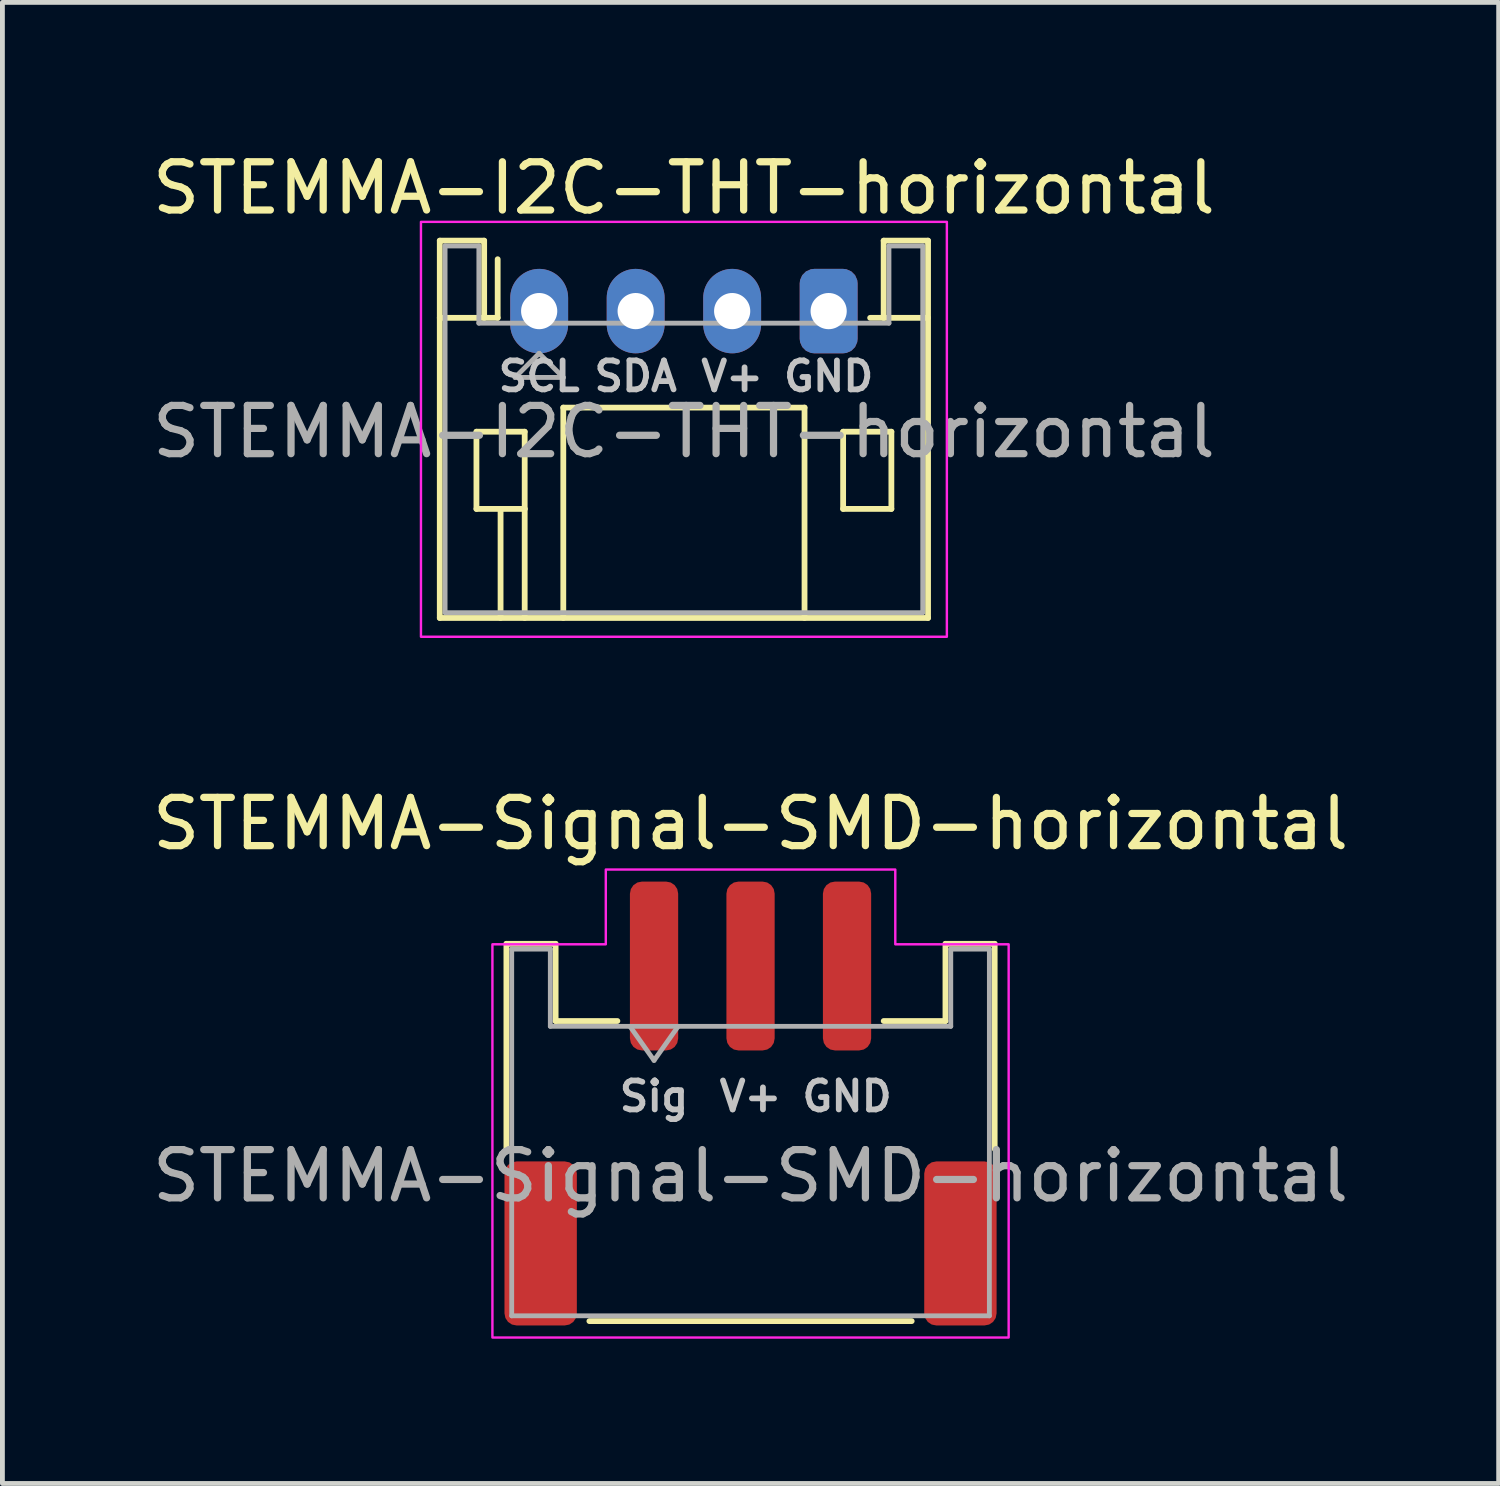
<source format=kicad_pcb>
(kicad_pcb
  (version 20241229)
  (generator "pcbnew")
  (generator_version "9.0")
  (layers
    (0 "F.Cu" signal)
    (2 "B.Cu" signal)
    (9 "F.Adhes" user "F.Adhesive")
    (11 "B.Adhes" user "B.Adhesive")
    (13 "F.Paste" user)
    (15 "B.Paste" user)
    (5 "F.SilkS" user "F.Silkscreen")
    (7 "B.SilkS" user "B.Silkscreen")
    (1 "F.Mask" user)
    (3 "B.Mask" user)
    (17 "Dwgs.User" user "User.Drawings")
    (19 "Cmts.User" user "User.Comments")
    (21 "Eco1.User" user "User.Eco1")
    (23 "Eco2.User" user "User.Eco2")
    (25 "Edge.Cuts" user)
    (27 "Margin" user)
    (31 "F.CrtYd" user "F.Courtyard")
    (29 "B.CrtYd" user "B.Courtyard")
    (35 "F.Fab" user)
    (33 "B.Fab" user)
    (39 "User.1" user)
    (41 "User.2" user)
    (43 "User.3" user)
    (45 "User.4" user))
  (footprint "STEMMA-I2C-THT-horizontal"
    (layer "F.Cu")
    (at 8.125 3.398)
    (property "Reference" "STEMMA-I2C-THT-horizontal" (at 3 -2.55 0) (layer "F.SilkS") (effects (font (size 1 1) (thickness 0.15))))
    (attr through_hole)
    (fp_line (start -2.06 -1.46) (end -2.06 6.36) (stroke (width 0.12) (type solid)) (layer "F.SilkS"))
    (fp_line (start -2.06 0.14) (end -1.14 0.14) (stroke (width 0.12) (type solid)) (layer "F.SilkS"))
    (fp_line (start -2.06 6.36) (end 8.06 6.36) (stroke (width 0.12) (type solid)) (layer "F.SilkS"))
    (fp_line (start -1.3 2.5) (end -1.3 4.1) (stroke (width 0.12) (type solid)) (layer "F.SilkS"))
    (fp_line (start -1.3 4.1) (end -0.3 4.1) (stroke (width 0.12) (type solid)) (layer "F.SilkS"))
    (fp_line (start -1.14 -1.46) (end -2.06 -1.46) (stroke (width 0.12) (type solid)) (layer "F.SilkS"))
    (fp_line (start -1.14 0.14) (end -1.14 -1.46) (stroke (width 0.12) (type solid)) (layer "F.SilkS"))
    (fp_line (start -0.86 0.14) (end -1.14 0.14) (stroke (width 0.12) (type solid)) (layer "F.SilkS"))
    (fp_line (start -0.86 0.14) (end -0.86 -1.075) (stroke (width 0.12) (type solid)) (layer "F.SilkS"))
    (fp_line (start -0.8 4.1) (end -0.8 6.36) (stroke (width 0.12) (type solid)) (layer "F.SilkS"))
    (fp_line (start -0.3 2.5) (end -1.3 2.5) (stroke (width 0.12) (type solid)) (layer "F.SilkS"))
    (fp_line (start -0.3 4.1) (end -0.3 2.5) (stroke (width 0.12) (type solid)) (layer "F.SilkS"))
    (fp_line (start -0.3 4.1) (end -0.3 6.36) (stroke (width 0.12) (type solid)) (layer "F.SilkS"))
    (fp_line (start 0.5 2) (end 5.5 2) (stroke (width 0.12) (type solid)) (layer "F.SilkS"))
    (fp_line (start 0.5 6.36) (end 0.5 2) (stroke (width 0.12) (type solid)) (layer "F.SilkS"))
    (fp_line (start 5.5 2) (end 5.5 6.36) (stroke (width 0.12) (type solid)) (layer "F.SilkS"))
    (fp_line (start 6.3 2.5) (end 7.3 2.5) (stroke (width 0.12) (type solid)) (layer "F.SilkS"))
    (fp_line (start 6.3 4.1) (end 6.3 2.5) (stroke (width 0.12) (type solid)) (layer "F.SilkS"))
    (fp_line (start 7.14 -1.46) (end 7.14 0.14) (stroke (width 0.12) (type solid)) (layer "F.SilkS"))
    (fp_line (start 7.14 0.14) (end 6.86 0.14) (stroke (width 0.12) (type solid)) (layer "F.SilkS"))
    (fp_line (start 7.3 2.5) (end 7.3 4.1) (stroke (width 0.12) (type solid)) (layer "F.SilkS"))
    (fp_line (start 7.3 4.1) (end 6.3 4.1) (stroke (width 0.12) (type solid)) (layer "F.SilkS"))
    (fp_line (start 8.06 -1.46) (end 7.14 -1.46) (stroke (width 0.12) (type solid)) (layer "F.SilkS"))
    (fp_line (start 8.06 0.14) (end 7.14 0.14) (stroke (width 0.12) (type solid)) (layer "F.SilkS"))
    (fp_line (start 8.06 6.36) (end 8.06 -1.46) (stroke (width 0.12) (type solid)) (layer "F.SilkS"))
    (fp_poly (pts (xy -2.45 6.75) (xy -2.45 -1.85) (xy 8.45 -1.85) (xy 8.45 6.75)) (stroke (width 0.05) (type solid)) (fill no) (layer "F.CrtYd"))
    (fp_line (start -1.95 -1.35) (end -1.95 6.25) (stroke (width 0.1) (type solid)) (layer "F.Fab"))
    (fp_line (start -1.95 6.25) (end 7.95 6.25) (stroke (width 0.1) (type solid)) (layer "F.Fab"))
    (fp_line (start -1.25 -1.35) (end -1.95 -1.35) (stroke (width 0.1) (type solid)) (layer "F.Fab"))
    (fp_line (start -1.25 0.25) (end -1.25 -1.35) (stroke (width 0.1) (type solid)) (layer "F.Fab"))
    (fp_line (start -0.5 1.375) (end 0.5 1.375) (stroke (width 0.1) (type solid)) (layer "F.Fab"))
    (fp_line (start 0 0.875) (end -0.5 1.375) (stroke (width 0.1) (type solid)) (layer "F.Fab"))
    (fp_line (start 0.5 1.375) (end 0 0.875) (stroke (width 0.1) (type solid)) (layer "F.Fab"))
    (fp_line (start 7.25 -1.35) (end 7.25 0.25) (stroke (width 0.1) (type solid)) (layer "F.Fab"))
    (fp_line (start 7.25 0.25) (end -1.25 0.25) (stroke (width 0.1) (type solid)) (layer "F.Fab"))
    (fp_line (start 7.95 -1.35) (end 7.25 -1.35) (stroke (width 0.1) (type solid)) (layer "F.Fab"))
    (fp_line (start 7.95 6.25) (end 7.95 -1.35) (stroke (width 0.1) (type solid)) (layer "F.Fab"))
    (fp_text user "GND" (at 6 1 0) (unlocked yes) (layer "Dwgs.User") (effects (font (size 0.6 0.6) (thickness 0.12) (bold yes)) (justify top)))
    (fp_text user "V+" (at 4 1 0) (unlocked yes) (layer "Dwgs.User") (effects (font (size 0.6 0.6) (thickness 0.12) (bold yes)) (justify top)))
    (fp_text user "SDA" (at 2 1 0) (unlocked yes) (layer "Dwgs.User") (effects (font (size 0.6 0.6) (thickness 0.12) (bold yes)) (justify top)))
    (fp_text user "SCL" (at 0 1 0) (unlocked yes) (layer "Dwgs.User") (effects (font (size 0.6 0.6) (thickness 0.12) (bold yes)) (justify top)))
    (fp_text user "${REFERENCE}" (at 3 2.5 0) (layer "F.Fab") (effects (font (size 1 1) (thickness 0.15))))
    (pad "1" thru_hole oval (at 0 0) (size 1.2 1.75) (drill 0.75) (layers "*.Cu" "*.Mask"))
    (pad "2" thru_hole oval (at 2 0) (size 1.2 1.75) (drill 0.75) (layers "*.Cu" "*.Mask"))
    (pad "3" thru_hole oval (at 4 0) (size 1.2 1.75) (drill 0.75) (layers "*.Cu" "*.Mask"))
    (pad "4" thru_hole roundrect (at 6 0) (size 1.2 1.75) (drill 0.75) (layers "*.Cu" "*.Mask") (roundrect_rratio 0.25)))
  (footprint "STEMMA-Signal-SMD-horizontal"
    (layer "F.Cu")
    (at 12.506 19.822)
    (property "Reference" "STEMMA-Signal-SMD-horizontal" (at 0 -5.8 0) (layer "F.SilkS") (effects (font (size 1 1) (thickness 0.15))))
    (attr smd)
    (fp_line (start -5.06 -3.31) (end -4.04 -3.31) (stroke (width 0.12) (type solid)) (layer "F.SilkS"))
    (fp_line (start -5.06 0.94) (end -5.06 -3.31) (stroke (width 0.12) (type solid)) (layer "F.SilkS"))
    (fp_line (start -4.04 -3.31) (end -4.04 -1.71) (stroke (width 0.12) (type solid)) (layer "F.SilkS"))
    (fp_line (start -4.04 -1.71) (end -2.76 -1.71) (stroke (width 0.12) (type solid)) (layer "F.SilkS"))
    (fp_line (start -3.34 4.51) (end 3.34 4.51) (stroke (width 0.12) (type solid)) (layer "F.SilkS"))
    (fp_line (start 4.04 -3.31) (end 4.04 -1.71) (stroke (width 0.12) (type solid)) (layer "F.SilkS"))
    (fp_line (start 4.04 -1.71) (end 2.76 -1.71) (stroke (width 0.12) (type solid)) (layer "F.SilkS"))
    (fp_line (start 5.06 -3.31) (end 4.04 -3.31) (stroke (width 0.12) (type solid)) (layer "F.SilkS"))
    (fp_line (start 5.06 0.94) (end 5.06 -3.31) (stroke (width 0.12) (type solid)) (layer "F.SilkS"))
    (fp_poly (pts (xy 5.35 4.85) (xy -5.35 4.85) (xy -5.35 -3.3) (xy -3 -3.3) (xy -3 -4.85) (xy 3 -4.85) (xy 3 -3.3) (xy 5.35 -3.3)) (stroke (width 0.05) (type solid)) (fill no) (layer "F.CrtYd"))
    (fp_line (start -4.95 -3.2) (end -4.95 4.4) (stroke (width 0.1) (type solid)) (layer "F.Fab"))
    (fp_line (start -4.95 -3.2) (end -4.15 -3.2) (stroke (width 0.1) (type solid)) (layer "F.Fab"))
    (fp_line (start -4.95 4.4) (end 4.95 4.4) (stroke (width 0.1) (type solid)) (layer "F.Fab"))
    (fp_line (start -4.15 -3.2) (end -4.15 -1.6) (stroke (width 0.1) (type solid)) (layer "F.Fab"))
    (fp_line (start -4.15 -1.6) (end 4.15 -1.6) (stroke (width 0.1) (type solid)) (layer "F.Fab"))
    (fp_line (start -2.5 -1.6) (end -2 -0.893) (stroke (width 0.1) (type solid)) (layer "F.Fab"))
    (fp_line (start -2 -0.893) (end -1.5 -1.6) (stroke (width 0.1) (type solid)) (layer "F.Fab"))
    (fp_line (start 4.15 -3.2) (end 4.95 -3.2) (stroke (width 0.1) (type solid)) (layer "F.Fab"))
    (fp_line (start 4.15 -1.6) (end 4.15 -3.2) (stroke (width 0.1) (type solid)) (layer "F.Fab"))
    (fp_line (start 4.95 -3.2) (end 4.95 4.4) (stroke (width 0.1) (type solid)) (layer "F.Fab"))
    (fp_text user "GND" (at 2 -0.5 0) (unlocked yes) (layer "Dwgs.User") (effects (font (size 0.6 0.6) (thickness 0.12) (bold yes)) (justify top)))
    (fp_text user "V+" (at 0 -0.5 0) (unlocked yes) (layer "Dwgs.User") (effects (font (size 0.6 0.6) (thickness 0.12) (bold yes)) (justify top)))
    (fp_text user "Sig" (at -2 -0.5 0) (unlocked yes) (layer "Dwgs.User") (effects (font (size 0.6 0.6) (thickness 0.12) (bold yes)) (justify top)))
    (fp_text user "${REFERENCE}" (at 0 1.5 0) (layer "F.Fab") (effects (font (size 1 1) (thickness 0.15))))
    (pad "1" smd roundrect (at -2 -2.85) (size 1 3.5) (layers "F.Cu" "F.Mask" "F.Paste") (roundrect_rratio 0.25))
    (pad "2" smd roundrect (at 0 -2.85) (size 1 3.5) (layers "F.Cu" "F.Mask" "F.Paste") (roundrect_rratio 0.25))
    (pad "3" smd roundrect (at 2 -2.85) (size 1 3.5) (layers "F.Cu" "F.Mask" "F.Paste") (roundrect_rratio 0.25))
    (pad "MP" smd roundrect (at -4.35 2.9) (size 1.5 3.4) (layers "F.Cu" "F.Mask" "F.Paste") (roundrect_rratio 0.167))
    (pad "MP" smd roundrect (at 4.35 2.9) (size 1.5 3.4) (layers "F.Cu" "F.Mask" "F.Paste") (roundrect_rratio 0.167)))
  (gr_rect
    (start -3 -3)
    (end 28.012 27.697)
    (stroke (width 0.1) (type default))
    (fill no)
    (layer "Edge.Cuts")))
</source>
